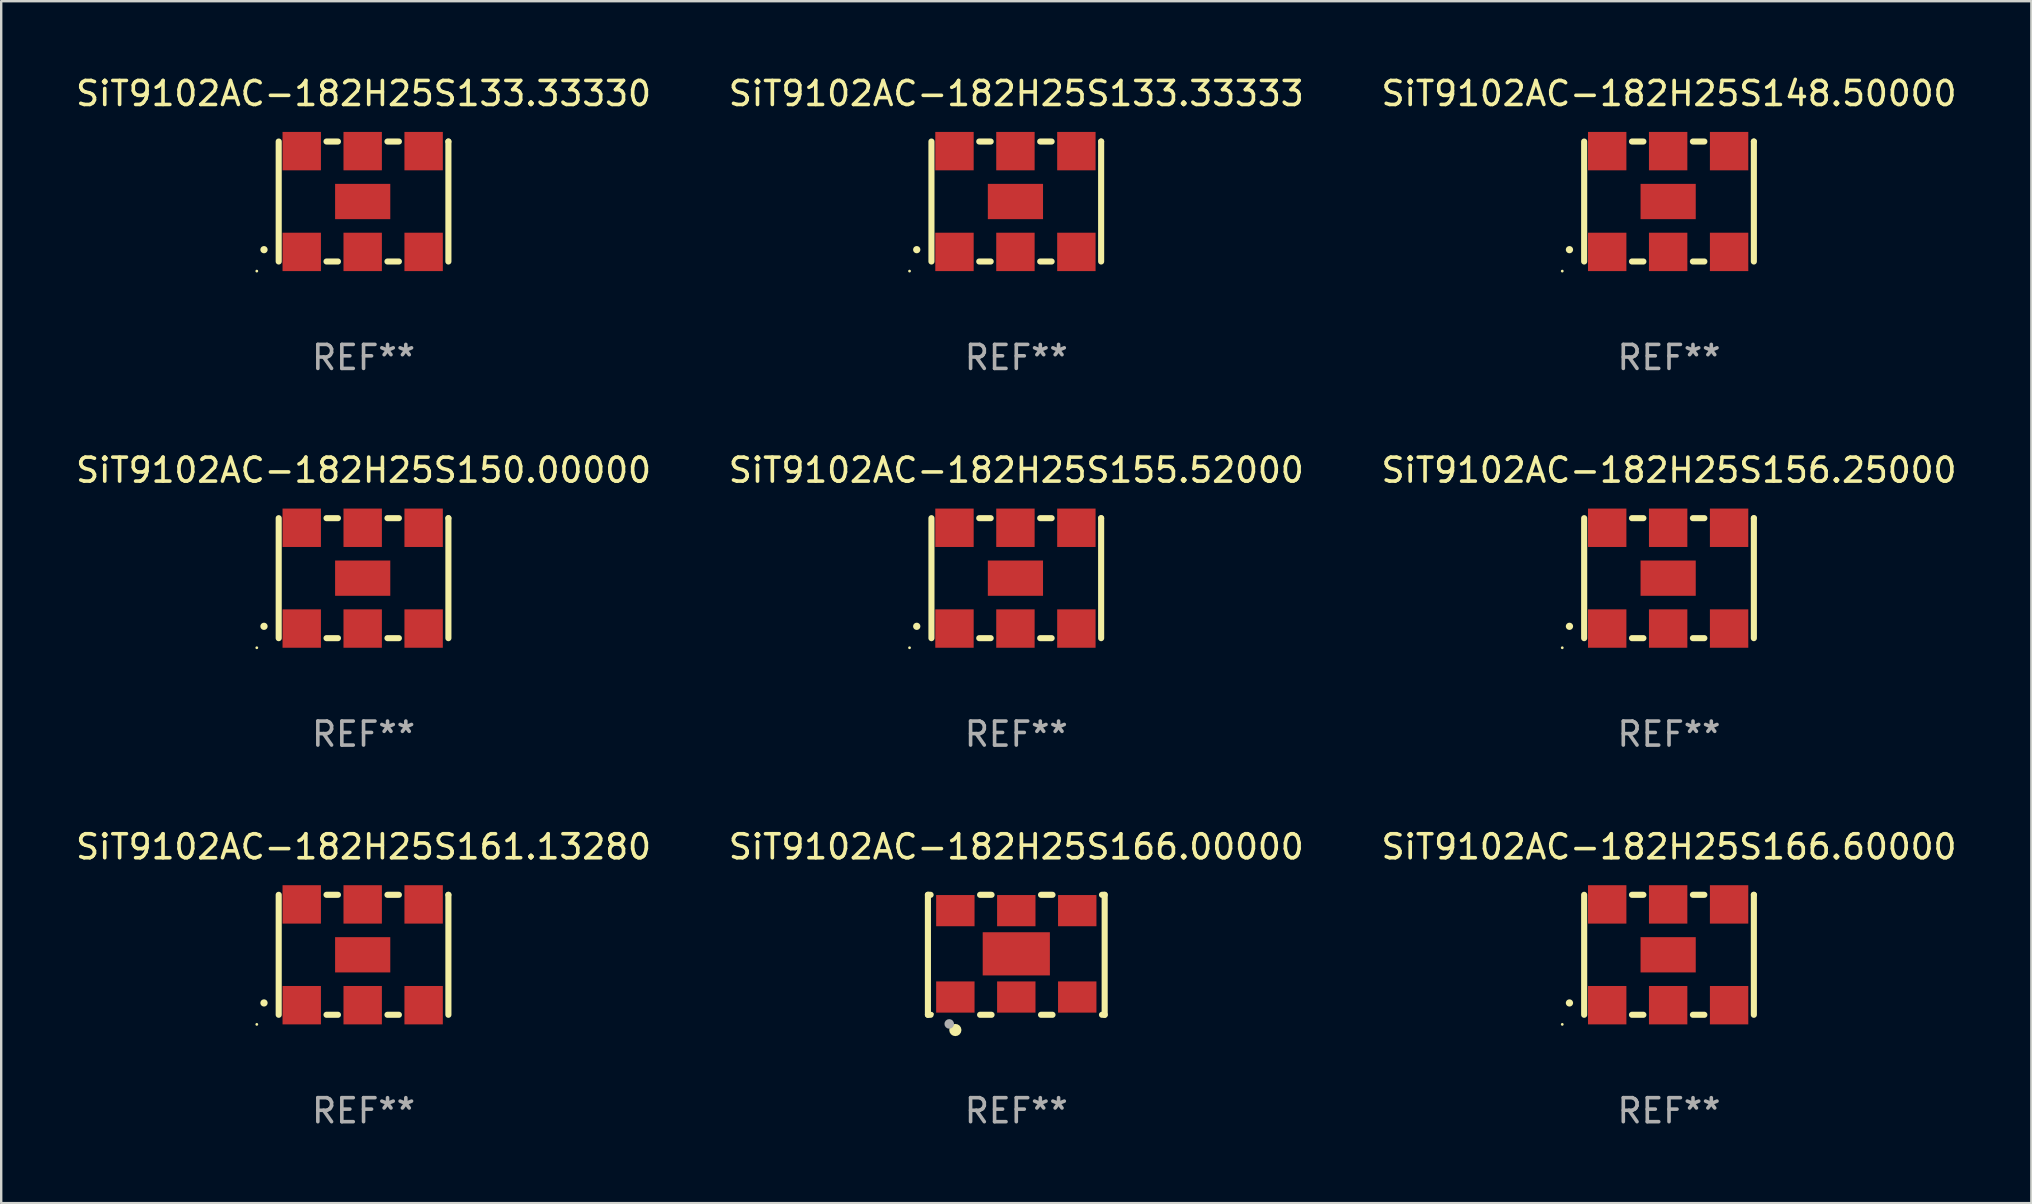
<source format=kicad_pcb>
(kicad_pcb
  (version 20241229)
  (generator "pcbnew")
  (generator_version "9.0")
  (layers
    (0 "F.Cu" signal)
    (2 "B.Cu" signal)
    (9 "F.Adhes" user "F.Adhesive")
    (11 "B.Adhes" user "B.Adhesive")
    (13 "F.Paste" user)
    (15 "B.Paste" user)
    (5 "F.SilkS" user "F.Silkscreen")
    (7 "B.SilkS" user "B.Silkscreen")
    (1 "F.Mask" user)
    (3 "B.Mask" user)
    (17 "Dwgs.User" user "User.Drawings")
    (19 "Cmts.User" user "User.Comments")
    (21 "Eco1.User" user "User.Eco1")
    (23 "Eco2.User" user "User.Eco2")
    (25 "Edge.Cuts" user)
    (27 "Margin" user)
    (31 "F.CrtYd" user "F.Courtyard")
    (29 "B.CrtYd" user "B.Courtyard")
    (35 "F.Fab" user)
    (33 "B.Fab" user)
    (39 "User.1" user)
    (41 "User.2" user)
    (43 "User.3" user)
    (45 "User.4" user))
  (footprint "SiT9102AC-182H25S133.33333"
    (layer "F.Cu")
    (at 39.304 5.348)
    (property "Reference" "SiT9102AC-182H25S133.33333" (at 0 -4.5 0) (layer "F.SilkS") (effects (font (size 1 1) (thickness 0.15))))
    (attr through_hole)
    (fp_line (start -3.536 -2.5) (end -3.536 2.5) (stroke (width 0.254) (type solid)) (layer "F.SilkS"))
    (fp_line (start -1.544 2.5) (end -1.067 2.5) (stroke (width 0.254) (type solid)) (layer "F.SilkS"))
    (fp_line (start -1.067 -2.5) (end -1.544 -2.5) (stroke (width 0.254) (type solid)) (layer "F.SilkS"))
    (fp_line (start 0.996 2.5) (end 1.473 2.5) (stroke (width 0.254) (type solid)) (layer "F.SilkS"))
    (fp_line (start 1.473 -2.5) (end 0.996 -2.5) (stroke (width 0.254) (type solid)) (layer "F.SilkS"))
    (fp_line (start 3.536 -2.5) (end 3.536 -2.5) (stroke (width 0.254) (type solid)) (layer "F.SilkS"))
    (fp_line (start 3.536 2.5) (end 3.536 -2.5) (stroke (width 0.254) (type solid)) (layer "F.SilkS"))
    (fp_arc (start -4.150432 2.006604) (mid -4.149162 2.006599) (end -4.147892 2.006604) (stroke (width 0.3) (type solid)) (layer "F.SilkS"))
    (fp_circle (center -4.449 2.9) (end -4.419 2.9) (stroke (width 0.06) (type solid)) (fill no) (layer "F.SilkS"))
    (fp_text user "REF**" (at 0 6.5 0) (layer "F.Fab") (effects (font (size 1 1) (thickness 0.15))))
    (pad "1" smd rect (at -2.576 2.1) (size 1.6 1.6) (layers "F.Cu" "F.Mask" "F.Paste"))
    (pad "2" smd rect (at -0.036 2.1) (size 1.6 1.6) (layers "F.Cu" "F.Mask" "F.Paste"))
    (pad "3" smd rect (at 2.504 2.1) (size 1.6 1.6) (layers "F.Cu" "F.Mask" "F.Paste"))
    (pad "4" smd rect (at 2.504 -2.1) (size 1.6 1.6) (layers "F.Cu" "F.Mask" "F.Paste"))
    (pad "5" smd rect (at -0.036 -2.1) (size 1.6 1.6) (layers "F.Cu" "F.Mask" "F.Paste"))
    (pad "6" smd rect (at -2.576 -2.1) (size 1.6 1.6) (layers "F.Cu" "F.Mask" "F.Paste"))
    (pad "7" smd rect (at -0.036 0) (size 2.3 1.47) (layers "F.Cu" "F.Mask" "F.Paste")))
  (footprint "SiT9102AC-182H25S148.50000"
    (layer "F.Cu")
    (at 66.506 5.348)
    (property "Reference" "SiT9102AC-182H25S148.50000" (at 0 -4.5 0) (layer "F.SilkS") (effects (font (size 1 1) (thickness 0.15))))
    (attr through_hole)
    (fp_line (start -3.536 -2.5) (end -3.536 2.5) (stroke (width 0.254) (type solid)) (layer "F.SilkS"))
    (fp_line (start -1.544 2.5) (end -1.067 2.5) (stroke (width 0.254) (type solid)) (layer "F.SilkS"))
    (fp_line (start -1.067 -2.5) (end -1.544 -2.5) (stroke (width 0.254) (type solid)) (layer "F.SilkS"))
    (fp_line (start 0.996 2.5) (end 1.473 2.5) (stroke (width 0.254) (type solid)) (layer "F.SilkS"))
    (fp_line (start 1.473 -2.5) (end 0.996 -2.5) (stroke (width 0.254) (type solid)) (layer "F.SilkS"))
    (fp_line (start 3.536 -2.5) (end 3.536 -2.5) (stroke (width 0.254) (type solid)) (layer "F.SilkS"))
    (fp_line (start 3.536 2.5) (end 3.536 -2.5) (stroke (width 0.254) (type solid)) (layer "F.SilkS"))
    (fp_arc (start -4.150432 2.006604) (mid -4.149162 2.006599) (end -4.147892 2.006604) (stroke (width 0.3) (type solid)) (layer "F.SilkS"))
    (fp_circle (center -4.449 2.9) (end -4.419 2.9) (stroke (width 0.06) (type solid)) (fill no) (layer "F.SilkS"))
    (fp_text user "REF**" (at 0 6.5 0) (layer "F.Fab") (effects (font (size 1 1) (thickness 0.15))))
    (pad "1" smd rect (at -2.576 2.1) (size 1.6 1.6) (layers "F.Cu" "F.Mask" "F.Paste"))
    (pad "2" smd rect (at -0.036 2.1) (size 1.6 1.6) (layers "F.Cu" "F.Mask" "F.Paste"))
    (pad "3" smd rect (at 2.504 2.1) (size 1.6 1.6) (layers "F.Cu" "F.Mask" "F.Paste"))
    (pad "4" smd rect (at 2.504 -2.1) (size 1.6 1.6) (layers "F.Cu" "F.Mask" "F.Paste"))
    (pad "5" smd rect (at -0.036 -2.1) (size 1.6 1.6) (layers "F.Cu" "F.Mask" "F.Paste"))
    (pad "6" smd rect (at -2.576 -2.1) (size 1.6 1.6) (layers "F.Cu" "F.Mask" "F.Paste"))
    (pad "7" smd rect (at -0.036 0) (size 2.3 1.47) (layers "F.Cu" "F.Mask" "F.Paste")))
  (footprint "SiT9102AC-182H25S156.25000"
    (layer "F.Cu")
    (at 66.506 21.045)
    (property "Reference" "SiT9102AC-182H25S156.25000" (at 0 -4.5 0) (layer "F.SilkS") (effects (font (size 1 1) (thickness 0.15))))
    (attr through_hole)
    (fp_line (start -3.536 -2.5) (end -3.536 2.5) (stroke (width 0.254) (type solid)) (layer "F.SilkS"))
    (fp_line (start -1.544 2.5) (end -1.067 2.5) (stroke (width 0.254) (type solid)) (layer "F.SilkS"))
    (fp_line (start -1.067 -2.5) (end -1.544 -2.5) (stroke (width 0.254) (type solid)) (layer "F.SilkS"))
    (fp_line (start 0.996 2.5) (end 1.473 2.5) (stroke (width 0.254) (type solid)) (layer "F.SilkS"))
    (fp_line (start 1.473 -2.5) (end 0.996 -2.5) (stroke (width 0.254) (type solid)) (layer "F.SilkS"))
    (fp_line (start 3.536 -2.5) (end 3.536 -2.5) (stroke (width 0.254) (type solid)) (layer "F.SilkS"))
    (fp_line (start 3.536 2.5) (end 3.536 -2.5) (stroke (width 0.254) (type solid)) (layer "F.SilkS"))
    (fp_arc (start -4.150432 2.006604) (mid -4.149162 2.006599) (end -4.147892 2.006604) (stroke (width 0.3) (type solid)) (layer "F.SilkS"))
    (fp_circle (center -4.449 2.9) (end -4.419 2.9) (stroke (width 0.06) (type solid)) (fill no) (layer "F.SilkS"))
    (fp_text user "REF**" (at 0 6.5 0) (layer "F.Fab") (effects (font (size 1 1) (thickness 0.15))))
    (pad "1" smd rect (at -2.576 2.1) (size 1.6 1.6) (layers "F.Cu" "F.Mask" "F.Paste"))
    (pad "2" smd rect (at -0.036 2.1) (size 1.6 1.6) (layers "F.Cu" "F.Mask" "F.Paste"))
    (pad "3" smd rect (at 2.504 2.1) (size 1.6 1.6) (layers "F.Cu" "F.Mask" "F.Paste"))
    (pad "4" smd rect (at 2.504 -2.1) (size 1.6 1.6) (layers "F.Cu" "F.Mask" "F.Paste"))
    (pad "5" smd rect (at -0.036 -2.1) (size 1.6 1.6) (layers "F.Cu" "F.Mask" "F.Paste"))
    (pad "6" smd rect (at -2.576 -2.1) (size 1.6 1.6) (layers "F.Cu" "F.Mask" "F.Paste"))
    (pad "7" smd rect (at -0.036 0) (size 2.3 1.47) (layers "F.Cu" "F.Mask" "F.Paste")))
  (footprint "SiT9102AC-182H25S155.52000"
    (layer "F.Cu")
    (at 39.304 21.045)
    (property "Reference" "SiT9102AC-182H25S155.52000" (at 0 -4.5 0) (layer "F.SilkS") (effects (font (size 1 1) (thickness 0.15))))
    (attr through_hole)
    (fp_line (start -3.536 -2.5) (end -3.536 2.5) (stroke (width 0.254) (type solid)) (layer "F.SilkS"))
    (fp_line (start -1.544 2.5) (end -1.067 2.5) (stroke (width 0.254) (type solid)) (layer "F.SilkS"))
    (fp_line (start -1.067 -2.5) (end -1.544 -2.5) (stroke (width 0.254) (type solid)) (layer "F.SilkS"))
    (fp_line (start 0.996 2.5) (end 1.473 2.5) (stroke (width 0.254) (type solid)) (layer "F.SilkS"))
    (fp_line (start 1.473 -2.5) (end 0.996 -2.5) (stroke (width 0.254) (type solid)) (layer "F.SilkS"))
    (fp_line (start 3.536 -2.5) (end 3.536 -2.5) (stroke (width 0.254) (type solid)) (layer "F.SilkS"))
    (fp_line (start 3.536 2.5) (end 3.536 -2.5) (stroke (width 0.254) (type solid)) (layer "F.SilkS"))
    (fp_arc (start -4.150432 2.006604) (mid -4.149162 2.006599) (end -4.147892 2.006604) (stroke (width 0.3) (type solid)) (layer "F.SilkS"))
    (fp_circle (center -4.449 2.9) (end -4.419 2.9) (stroke (width 0.06) (type solid)) (fill no) (layer "F.SilkS"))
    (fp_text user "REF**" (at 0 6.5 0) (layer "F.Fab") (effects (font (size 1 1) (thickness 0.15))))
    (pad "1" smd rect (at -2.576 2.1) (size 1.6 1.6) (layers "F.Cu" "F.Mask" "F.Paste"))
    (pad "2" smd rect (at -0.036 2.1) (size 1.6 1.6) (layers "F.Cu" "F.Mask" "F.Paste"))
    (pad "3" smd rect (at 2.504 2.1) (size 1.6 1.6) (layers "F.Cu" "F.Mask" "F.Paste"))
    (pad "4" smd rect (at 2.504 -2.1) (size 1.6 1.6) (layers "F.Cu" "F.Mask" "F.Paste"))
    (pad "5" smd rect (at -0.036 -2.1) (size 1.6 1.6) (layers "F.Cu" "F.Mask" "F.Paste"))
    (pad "6" smd rect (at -2.576 -2.1) (size 1.6 1.6) (layers "F.Cu" "F.Mask" "F.Paste"))
    (pad "7" smd rect (at -0.036 0) (size 2.3 1.47) (layers "F.Cu" "F.Mask" "F.Paste")))
  (footprint "SiT9102AC-182H25S150.00000"
    (layer "F.Cu")
    (at 12.101 21.045)
    (property "Reference" "SiT9102AC-182H25S150.00000" (at 0 -4.5 0) (layer "F.SilkS") (effects (font (size 1 1) (thickness 0.15))))
    (attr through_hole)
    (fp_line (start -3.536 -2.5) (end -3.536 2.5) (stroke (width 0.254) (type solid)) (layer "F.SilkS"))
    (fp_line (start -1.544 2.5) (end -1.067 2.5) (stroke (width 0.254) (type solid)) (layer "F.SilkS"))
    (fp_line (start -1.067 -2.5) (end -1.544 -2.5) (stroke (width 0.254) (type solid)) (layer "F.SilkS"))
    (fp_line (start 0.996 2.5) (end 1.473 2.5) (stroke (width 0.254) (type solid)) (layer "F.SilkS"))
    (fp_line (start 1.473 -2.5) (end 0.996 -2.5) (stroke (width 0.254) (type solid)) (layer "F.SilkS"))
    (fp_line (start 3.536 -2.5) (end 3.536 -2.5) (stroke (width 0.254) (type solid)) (layer "F.SilkS"))
    (fp_line (start 3.536 2.5) (end 3.536 -2.5) (stroke (width 0.254) (type solid)) (layer "F.SilkS"))
    (fp_arc (start -4.150432 2.006604) (mid -4.149162 2.006599) (end -4.147892 2.006604) (stroke (width 0.3) (type solid)) (layer "F.SilkS"))
    (fp_circle (center -4.449 2.9) (end -4.419 2.9) (stroke (width 0.06) (type solid)) (fill no) (layer "F.SilkS"))
    (fp_text user "REF**" (at 0 6.5 0) (layer "F.Fab") (effects (font (size 1 1) (thickness 0.15))))
    (pad "1" smd rect (at -2.576 2.1) (size 1.6 1.6) (layers "F.Cu" "F.Mask" "F.Paste"))
    (pad "2" smd rect (at -0.036 2.1) (size 1.6 1.6) (layers "F.Cu" "F.Mask" "F.Paste"))
    (pad "3" smd rect (at 2.504 2.1) (size 1.6 1.6) (layers "F.Cu" "F.Mask" "F.Paste"))
    (pad "4" smd rect (at 2.504 -2.1) (size 1.6 1.6) (layers "F.Cu" "F.Mask" "F.Paste"))
    (pad "5" smd rect (at -0.036 -2.1) (size 1.6 1.6) (layers "F.Cu" "F.Mask" "F.Paste"))
    (pad "6" smd rect (at -2.576 -2.1) (size 1.6 1.6) (layers "F.Cu" "F.Mask" "F.Paste"))
    (pad "7" smd rect (at -0.036 0) (size 2.3 1.47) (layers "F.Cu" "F.Mask" "F.Paste")))
  (footprint "SiT9102AC-182H25S166.00000"
    (layer "F.Cu")
    (at 39.304 36.741)
    (property "Reference" "SiT9102AC-182H25S166.00000" (at 0 -4.5 0) (layer "F.SilkS") (effects (font (size 1 1) (thickness 0.15))))
    (attr through_hole)
    (fp_line (start -3.683 -2.5) (end -3.571 -2.5) (stroke (width 0.254) (type solid)) (layer "F.SilkS"))
    (fp_line (start -3.683 2.5) (end -3.683 -2.5) (stroke (width 0.254) (type solid)) (layer "F.SilkS"))
    (fp_line (start -3.683 2.5) (end -3.571 2.5) (stroke (width 0.254) (type solid)) (layer "F.SilkS"))
    (fp_line (start -1.509 -2.5) (end -1.031 -2.5) (stroke (width 0.254) (type solid)) (layer "F.SilkS"))
    (fp_line (start -1.509 2.5) (end -1.031 2.5) (stroke (width 0.254) (type solid)) (layer "F.SilkS"))
    (fp_line (start 1.031 -2.5) (end 1.509 -2.5) (stroke (width 0.254) (type solid)) (layer "F.SilkS"))
    (fp_line (start 1.031 2.5) (end 1.509 2.5) (stroke (width 0.254) (type solid)) (layer "F.SilkS"))
    (fp_line (start 3.571 -2.5) (end 3.683 -2.5) (stroke (width 0.254) (type solid)) (layer "F.SilkS"))
    (fp_line (start 3.571 2.5) (end 3.683 2.5) (stroke (width 0.254) (type solid)) (layer "F.SilkS"))
    (fp_line (start 3.683 2.5) (end 3.683 -2.5) (stroke (width 0.254) (type solid)) (layer "F.SilkS"))
    (fp_circle (center -3.5 2.46) (end -3.47 2.46) (stroke (width 0.06) (type solid)) (fill no) (layer "F.SilkS"))
    (fp_circle (center -2.54 3.135) (end -2.413 3.135) (stroke (width 0.254) (type solid)) (fill no) (layer "F.SilkS"))
    (fp_circle (center -2.794 2.881) (end -2.694 2.881) (stroke (width 0.2) (type solid)) (fill no) (layer "F.Fab"))
    (fp_text user "REF**" (at 0 6.5 0) (layer "F.Fab") (effects (font (size 1 1) (thickness 0.15))))
    (pad "1" smd rect (at -2.54 1.76) (size 1.6 1.3) (layers "F.Cu" "F.Mask" "F.Paste"))
    (pad "2" smd rect (at 0 1.76) (size 1.6 1.3) (layers "F.Cu" "F.Mask" "F.Paste"))
    (pad "3" smd rect (at 2.54 1.76) (size 1.6 1.3) (layers "F.Cu" "F.Mask" "F.Paste"))
    (pad "4" smd rect (at 2.54 -1.84) (size 1.6 1.3) (layers "F.Cu" "F.Mask" "F.Paste"))
    (pad "5" smd rect (at 0 -1.84) (size 1.6 1.3) (layers "F.Cu" "F.Mask" "F.Paste"))
    (pad "6" smd rect (at -2.54 -1.84) (size 1.6 1.3) (layers "F.Cu" "F.Mask" "F.Paste"))
    (pad "7" smd rect (at 0 -0.04) (size 2.8 1.8) (layers "F.Cu" "F.Mask" "F.Paste")))
  (footprint "SiT9102AC-182H25S166.60000"
    (layer "F.Cu")
    (at 66.506 36.741)
    (property "Reference" "SiT9102AC-182H25S166.60000" (at 0 -4.5 0) (layer "F.SilkS") (effects (font (size 1 1) (thickness 0.15))))
    (attr through_hole)
    (fp_line (start -3.536 -2.5) (end -3.536 2.5) (stroke (width 0.254) (type solid)) (layer "F.SilkS"))
    (fp_line (start -1.544 2.5) (end -1.067 2.5) (stroke (width 0.254) (type solid)) (layer "F.SilkS"))
    (fp_line (start -1.067 -2.5) (end -1.544 -2.5) (stroke (width 0.254) (type solid)) (layer "F.SilkS"))
    (fp_line (start 0.996 2.5) (end 1.473 2.5) (stroke (width 0.254) (type solid)) (layer "F.SilkS"))
    (fp_line (start 1.473 -2.5) (end 0.996 -2.5) (stroke (width 0.254) (type solid)) (layer "F.SilkS"))
    (fp_line (start 3.536 -2.5) (end 3.536 -2.5) (stroke (width 0.254) (type solid)) (layer "F.SilkS"))
    (fp_line (start 3.536 2.5) (end 3.536 -2.5) (stroke (width 0.254) (type solid)) (layer "F.SilkS"))
    (fp_arc (start -4.150432 2.006604) (mid -4.149162 2.006599) (end -4.147892 2.006604) (stroke (width 0.3) (type solid)) (layer "F.SilkS"))
    (fp_circle (center -4.449 2.9) (end -4.419 2.9) (stroke (width 0.06) (type solid)) (fill no) (layer "F.SilkS"))
    (fp_text user "REF**" (at 0 6.5 0) (layer "F.Fab") (effects (font (size 1 1) (thickness 0.15))))
    (pad "1" smd rect (at -2.576 2.1) (size 1.6 1.6) (layers "F.Cu" "F.Mask" "F.Paste"))
    (pad "2" smd rect (at -0.036 2.1) (size 1.6 1.6) (layers "F.Cu" "F.Mask" "F.Paste"))
    (pad "3" smd rect (at 2.504 2.1) (size 1.6 1.6) (layers "F.Cu" "F.Mask" "F.Paste"))
    (pad "4" smd rect (at 2.504 -2.1) (size 1.6 1.6) (layers "F.Cu" "F.Mask" "F.Paste"))
    (pad "5" smd rect (at -0.036 -2.1) (size 1.6 1.6) (layers "F.Cu" "F.Mask" "F.Paste"))
    (pad "6" smd rect (at -2.576 -2.1) (size 1.6 1.6) (layers "F.Cu" "F.Mask" "F.Paste"))
    (pad "7" smd rect (at -0.036 0) (size 2.3 1.47) (layers "F.Cu" "F.Mask" "F.Paste")))
  (footprint "SiT9102AC-182H25S133.33330"
    (layer "F.Cu")
    (at 12.101 5.348)
    (property "Reference" "SiT9102AC-182H25S133.33330" (at 0 -4.5 0) (layer "F.SilkS") (effects (font (size 1 1) (thickness 0.15))))
    (attr through_hole)
    (fp_line (start -3.536 -2.5) (end -3.536 2.5) (stroke (width 0.254) (type solid)) (layer "F.SilkS"))
    (fp_line (start -1.544 2.5) (end -1.067 2.5) (stroke (width 0.254) (type solid)) (layer "F.SilkS"))
    (fp_line (start -1.067 -2.5) (end -1.544 -2.5) (stroke (width 0.254) (type solid)) (layer "F.SilkS"))
    (fp_line (start 0.996 2.5) (end 1.473 2.5) (stroke (width 0.254) (type solid)) (layer "F.SilkS"))
    (fp_line (start 1.473 -2.5) (end 0.996 -2.5) (stroke (width 0.254) (type solid)) (layer "F.SilkS"))
    (fp_line (start 3.536 -2.5) (end 3.536 -2.5) (stroke (width 0.254) (type solid)) (layer "F.SilkS"))
    (fp_line (start 3.536 2.5) (end 3.536 -2.5) (stroke (width 0.254) (type solid)) (layer "F.SilkS"))
    (fp_arc (start -4.150432 2.006604) (mid -4.149162 2.006599) (end -4.147892 2.006604) (stroke (width 0.3) (type solid)) (layer "F.SilkS"))
    (fp_circle (center -4.449 2.9) (end -4.419 2.9) (stroke (width 0.06) (type solid)) (fill no) (layer "F.SilkS"))
    (fp_text user "REF**" (at 0 6.5 0) (layer "F.Fab") (effects (font (size 1 1) (thickness 0.15))))
    (pad "1" smd rect (at -2.576 2.1) (size 1.6 1.6) (layers "F.Cu" "F.Mask" "F.Paste"))
    (pad "2" smd rect (at -0.036 2.1) (size 1.6 1.6) (layers "F.Cu" "F.Mask" "F.Paste"))
    (pad "3" smd rect (at 2.504 2.1) (size 1.6 1.6) (layers "F.Cu" "F.Mask" "F.Paste"))
    (pad "4" smd rect (at 2.504 -2.1) (size 1.6 1.6) (layers "F.Cu" "F.Mask" "F.Paste"))
    (pad "5" smd rect (at -0.036 -2.1) (size 1.6 1.6) (layers "F.Cu" "F.Mask" "F.Paste"))
    (pad "6" smd rect (at -2.576 -2.1) (size 1.6 1.6) (layers "F.Cu" "F.Mask" "F.Paste"))
    (pad "7" smd rect (at -0.036 0) (size 2.3 1.47) (layers "F.Cu" "F.Mask" "F.Paste")))
  (footprint "SiT9102AC-182H25S161.13280"
    (layer "F.Cu")
    (at 12.101 36.741)
    (property "Reference" "SiT9102AC-182H25S161.13280" (at 0 -4.5 0) (layer "F.SilkS") (effects (font (size 1 1) (thickness 0.15))))
    (attr through_hole)
    (fp_line (start -3.536 -2.5) (end -3.536 2.5) (stroke (width 0.254) (type solid)) (layer "F.SilkS"))
    (fp_line (start -1.544 2.5) (end -1.067 2.5) (stroke (width 0.254) (type solid)) (layer "F.SilkS"))
    (fp_line (start -1.067 -2.5) (end -1.544 -2.5) (stroke (width 0.254) (type solid)) (layer "F.SilkS"))
    (fp_line (start 0.996 2.5) (end 1.473 2.5) (stroke (width 0.254) (type solid)) (layer "F.SilkS"))
    (fp_line (start 1.473 -2.5) (end 0.996 -2.5) (stroke (width 0.254) (type solid)) (layer "F.SilkS"))
    (fp_line (start 3.536 -2.5) (end 3.536 -2.5) (stroke (width 0.254) (type solid)) (layer "F.SilkS"))
    (fp_line (start 3.536 2.5) (end 3.536 -2.5) (stroke (width 0.254) (type solid)) (layer "F.SilkS"))
    (fp_arc (start -4.150432 2.006604) (mid -4.149162 2.006599) (end -4.147892 2.006604) (stroke (width 0.3) (type solid)) (layer "F.SilkS"))
    (fp_circle (center -4.449 2.9) (end -4.419 2.9) (stroke (width 0.06) (type solid)) (fill no) (layer "F.SilkS"))
    (fp_text user "REF**" (at 0 6.5 0) (layer "F.Fab") (effects (font (size 1 1) (thickness 0.15))))
    (pad "1" smd rect (at -2.576 2.1) (size 1.6 1.6) (layers "F.Cu" "F.Mask" "F.Paste"))
    (pad "2" smd rect (at -0.036 2.1) (size 1.6 1.6) (layers "F.Cu" "F.Mask" "F.Paste"))
    (pad "3" smd rect (at 2.504 2.1) (size 1.6 1.6) (layers "F.Cu" "F.Mask" "F.Paste"))
    (pad "4" smd rect (at 2.504 -2.1) (size 1.6 1.6) (layers "F.Cu" "F.Mask" "F.Paste"))
    (pad "5" smd rect (at -0.036 -2.1) (size 1.6 1.6) (layers "F.Cu" "F.Mask" "F.Paste"))
    (pad "6" smd rect (at -2.576 -2.1) (size 1.6 1.6) (layers "F.Cu" "F.Mask" "F.Paste"))
    (pad "7" smd rect (at -0.036 0) (size 2.3 1.47) (layers "F.Cu" "F.Mask" "F.Paste")))
  (gr_rect
    (start -3 -3)
    (end 81.607 47.09)
    (stroke (width 0.1) (type default))
    (fill no)
    (layer "Edge.Cuts")))
</source>
